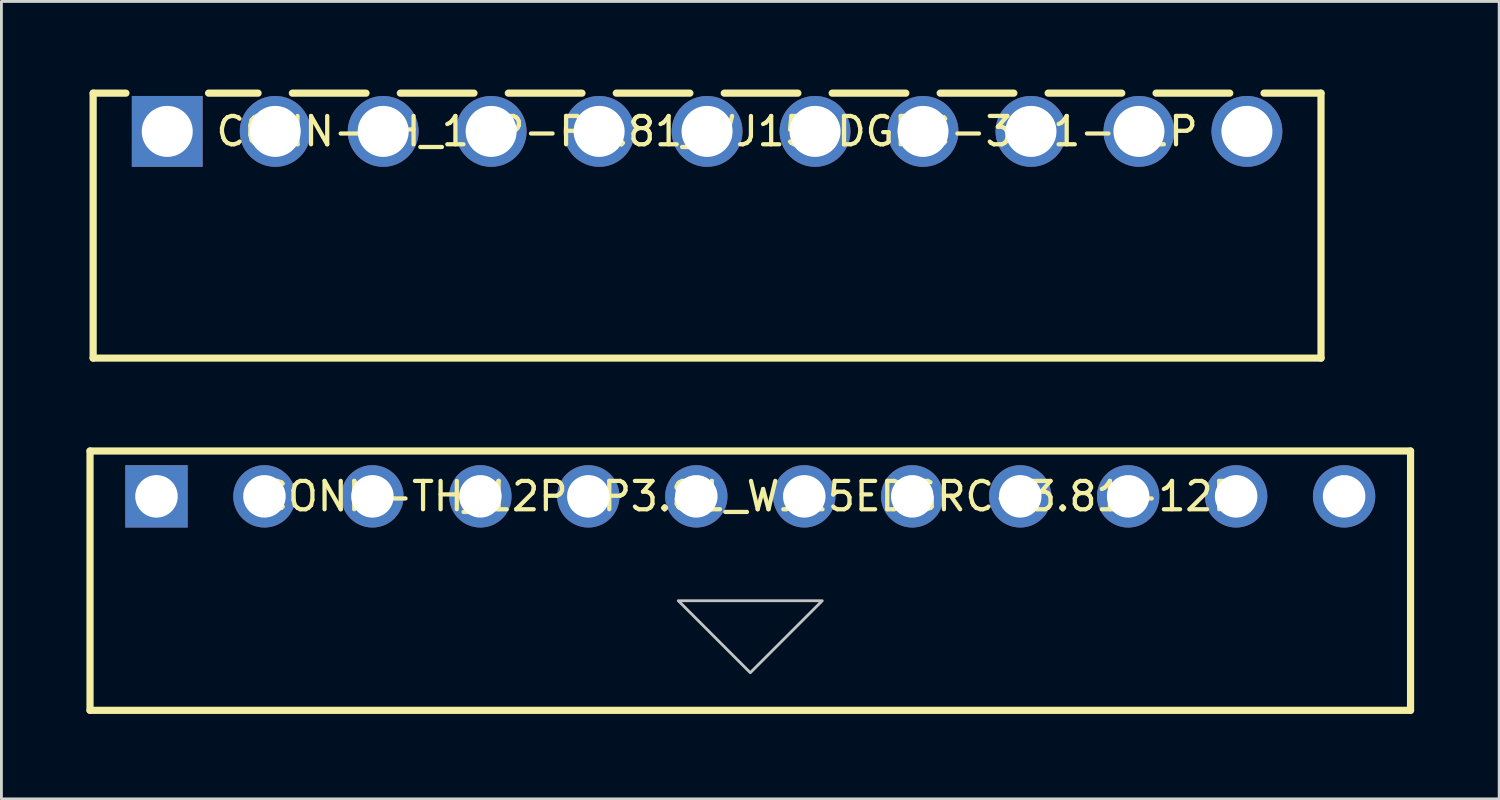
<source format=kicad_pcb>
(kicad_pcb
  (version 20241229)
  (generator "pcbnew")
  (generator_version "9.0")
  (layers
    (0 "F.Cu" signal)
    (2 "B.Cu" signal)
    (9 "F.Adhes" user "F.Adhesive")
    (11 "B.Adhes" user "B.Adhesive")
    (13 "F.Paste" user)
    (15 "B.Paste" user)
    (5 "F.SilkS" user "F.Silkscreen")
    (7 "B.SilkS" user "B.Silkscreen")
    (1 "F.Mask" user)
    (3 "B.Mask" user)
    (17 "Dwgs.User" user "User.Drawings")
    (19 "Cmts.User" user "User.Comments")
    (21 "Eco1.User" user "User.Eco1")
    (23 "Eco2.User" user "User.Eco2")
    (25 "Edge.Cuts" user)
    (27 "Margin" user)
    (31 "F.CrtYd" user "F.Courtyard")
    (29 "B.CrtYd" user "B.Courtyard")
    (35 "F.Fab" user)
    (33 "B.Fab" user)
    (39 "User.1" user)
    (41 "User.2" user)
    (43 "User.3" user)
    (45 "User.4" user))
  (footprint "CONN-TH_11P-P3.81_WJ15EDGRC-3.81-11P"
    (layer "F.Cu")
    (at 21.902 1.587)
    (property "Reference" "CONN-TH_11P-P3.81_WJ15EDGRC-3.81-11P" (at 0 0 0) (unlocked yes) (layer "F.SilkS") (effects (font (size 1 1) (thickness 0.15))))
    (fp_line (start -21.665 -1.35) (end -21.665 8) (stroke (width 0.254) (type default)) (layer "F.SilkS"))
    (fp_line (start -21.665 -1.35) (end -20.508 -1.35) (stroke (width 0.254) (type default)) (layer "F.SilkS"))
    (fp_line (start -21.665 8) (end 21.665 8) (stroke (width 0.254) (type default)) (layer "F.SilkS"))
    (fp_line (start -17.592 -1.35) (end -15.845 -1.35) (stroke (width 0.254) (type default)) (layer "F.SilkS"))
    (fp_line (start -14.634 -1.35) (end -12.036 -1.35) (stroke (width 0.254) (type default)) (layer "F.SilkS"))
    (fp_line (start -10.825 -1.35) (end -8.226 -1.35) (stroke (width 0.254) (type default)) (layer "F.SilkS"))
    (fp_line (start -7.014 -1.35) (end -4.415 -1.35) (stroke (width 0.254) (type default)) (layer "F.SilkS"))
    (fp_line (start -3.204 -1.35) (end -0.606 -1.35) (stroke (width 0.254) (type default)) (layer "F.SilkS"))
    (fp_line (start 0.606 -1.35) (end 3.204 -1.35) (stroke (width 0.254) (type default)) (layer "F.SilkS"))
    (fp_line (start 4.415 -1.35) (end 7.014 -1.35) (stroke (width 0.254) (type default)) (layer "F.SilkS"))
    (fp_line (start 8.226 -1.35) (end 10.825 -1.35) (stroke (width 0.254) (type default)) (layer "F.SilkS"))
    (fp_line (start 12.036 -1.35) (end 14.634 -1.35) (stroke (width 0.254) (type default)) (layer "F.SilkS"))
    (fp_line (start 15.845 -1.35) (end 18.445 -1.35) (stroke (width 0.254) (type default)) (layer "F.SilkS"))
    (fp_line (start 19.655 -1.35) (end 21.665 -1.35) (stroke (width 0.254) (type default)) (layer "F.SilkS"))
    (fp_line (start 21.665 8) (end 21.665 -1.35) (stroke (width 0.254) (type default)) (layer "F.SilkS"))
    (fp_poly (pts (xy -18.25 0) (xy -18.27 -0.178) (xy -18.329 -0.347) (xy -18.425 -0.499) (xy -18.551 -0.625) (xy -18.703 -0.721) (xy -18.872 -0.78) (xy -19.05 -0.8) (xy -19.228 -0.78) (xy -19.397 -0.721) (xy -19.549 -0.625) (xy -19.675 -0.499) (xy -19.771 -0.347) (xy -19.83 -0.178) (xy -19.85 0) (xy -19.83 0.178) (xy -19.771 0.347) (xy -19.675 0.499) (xy -19.549 0.625) (xy -19.397 0.721) (xy -19.228 0.78) (xy -19.05 0.8) (xy -18.872 0.78) (xy -18.703 0.721) (xy -18.551 0.625) (xy -18.425 0.499) (xy -18.329 0.347) (xy -18.27 0.178)) (stroke (width 0.1) (type default)) (fill no) (layer "User.1"))
    (fp_poly (pts (xy -14.44 0) (xy -14.46 -0.178) (xy -14.519 -0.347) (xy -14.615 -0.499) (xy -14.741 -0.625) (xy -14.893 -0.721) (xy -15.062 -0.78) (xy -15.24 -0.8) (xy -15.418 -0.78) (xy -15.587 -0.721) (xy -15.739 -0.625) (xy -15.865 -0.499) (xy -15.961 -0.347) (xy -16.02 -0.178) (xy -16.04 0) (xy -16.02 0.178) (xy -15.961 0.347) (xy -15.865 0.499) (xy -15.739 0.625) (xy -15.587 0.721) (xy -15.418 0.78) (xy -15.24 0.8) (xy -15.062 0.78) (xy -14.893 0.721) (xy -14.741 0.625) (xy -14.615 0.499) (xy -14.519 0.347) (xy -14.46 0.178)) (stroke (width 0.1) (type default)) (fill no) (layer "User.1"))
    (fp_poly (pts (xy -10.63 0) (xy -10.65 -0.178) (xy -10.709 -0.347) (xy -10.805 -0.499) (xy -10.931 -0.625) (xy -11.083 -0.721) (xy -11.252 -0.78) (xy -11.43 -0.8) (xy -11.608 -0.78) (xy -11.777 -0.721) (xy -11.929 -0.625) (xy -12.055 -0.499) (xy -12.151 -0.347) (xy -12.21 -0.178) (xy -12.23 0) (xy -12.21 0.178) (xy -12.151 0.347) (xy -12.055 0.499) (xy -11.929 0.625) (xy -11.777 0.721) (xy -11.608 0.78) (xy -11.43 0.8) (xy -11.252 0.78) (xy -11.083 0.721) (xy -10.931 0.625) (xy -10.805 0.499) (xy -10.709 0.347) (xy -10.65 0.178)) (stroke (width 0.1) (type default)) (fill no) (layer "User.1"))
    (fp_poly (pts (xy -6.82 0) (xy -6.84 -0.178) (xy -6.899 -0.347) (xy -6.995 -0.499) (xy -7.121 -0.625) (xy -7.273 -0.721) (xy -7.442 -0.78) (xy -7.62 -0.8) (xy -7.798 -0.78) (xy -7.967 -0.721) (xy -8.119 -0.625) (xy -8.245 -0.499) (xy -8.341 -0.347) (xy -8.4 -0.178) (xy -8.42 0) (xy -8.4 0.178) (xy -8.341 0.347) (xy -8.245 0.499) (xy -8.119 0.625) (xy -7.967 0.721) (xy -7.798 0.78) (xy -7.62 0.8) (xy -7.442 0.78) (xy -7.273 0.721) (xy -7.121 0.625) (xy -6.995 0.499) (xy -6.899 0.347) (xy -6.84 0.178)) (stroke (width 0.1) (type default)) (fill no) (layer "User.1"))
    (fp_poly (pts (xy -3.01 0) (xy -3.03 -0.178) (xy -3.089 -0.347) (xy -3.185 -0.499) (xy -3.311 -0.625) (xy -3.463 -0.721) (xy -3.632 -0.78) (xy -3.81 -0.8) (xy -3.988 -0.78) (xy -4.157 -0.721) (xy -4.309 -0.625) (xy -4.435 -0.499) (xy -4.531 -0.347) (xy -4.59 -0.178) (xy -4.61 0) (xy -4.59 0.178) (xy -4.531 0.347) (xy -4.435 0.499) (xy -4.309 0.625) (xy -4.157 0.721) (xy -3.988 0.78) (xy -3.81 0.8) (xy -3.632 0.78) (xy -3.463 0.721) (xy -3.311 0.625) (xy -3.185 0.499) (xy -3.089 0.347) (xy -3.03 0.178)) (stroke (width 0.1) (type default)) (fill no) (layer "User.1"))
    (fp_poly (pts (xy 0.8 0) (xy 0.78 -0.178) (xy 0.721 -0.347) (xy 0.625 -0.499) (xy 0.499 -0.625) (xy 0.347 -0.721) (xy 0.178 -0.78) (xy 0 -0.8) (xy -0.178 -0.78) (xy -0.347 -0.721) (xy -0.499 -0.625) (xy -0.625 -0.499) (xy -0.721 -0.347) (xy -0.78 -0.178) (xy -0.8 0) (xy -0.78 0.178) (xy -0.721 0.347) (xy -0.625 0.499) (xy -0.499 0.625) (xy -0.347 0.721) (xy -0.178 0.78) (xy 0 0.8) (xy 0.178 0.78) (xy 0.347 0.721) (xy 0.499 0.625) (xy 0.625 0.499) (xy 0.721 0.347) (xy 0.78 0.178)) (stroke (width 0.1) (type default)) (fill no) (layer "User.1"))
    (fp_poly (pts (xy 4.61 0) (xy 4.59 -0.178) (xy 4.531 -0.347) (xy 4.435 -0.499) (xy 4.309 -0.625) (xy 4.157 -0.721) (xy 3.988 -0.78) (xy 3.81 -0.8) (xy 3.632 -0.78) (xy 3.463 -0.721) (xy 3.311 -0.625) (xy 3.185 -0.499) (xy 3.089 -0.347) (xy 3.03 -0.178) (xy 3.01 0) (xy 3.03 0.178) (xy 3.089 0.347) (xy 3.185 0.499) (xy 3.311 0.625) (xy 3.463 0.721) (xy 3.632 0.78) (xy 3.81 0.8) (xy 3.988 0.78) (xy 4.157 0.721) (xy 4.309 0.625) (xy 4.435 0.499) (xy 4.531 0.347) (xy 4.59 0.178)) (stroke (width 0.1) (type default)) (fill no) (layer "User.1"))
    (fp_poly (pts (xy 8.42 0) (xy 8.4 -0.178) (xy 8.341 -0.347) (xy 8.245 -0.499) (xy 8.119 -0.625) (xy 7.967 -0.721) (xy 7.798 -0.78) (xy 7.62 -0.8) (xy 7.442 -0.78) (xy 7.273 -0.721) (xy 7.121 -0.625) (xy 6.995 -0.499) (xy 6.899 -0.347) (xy 6.84 -0.178) (xy 6.82 0) (xy 6.84 0.178) (xy 6.899 0.347) (xy 6.995 0.499) (xy 7.121 0.625) (xy 7.273 0.721) (xy 7.442 0.78) (xy 7.62 0.8) (xy 7.798 0.78) (xy 7.967 0.721) (xy 8.119 0.625) (xy 8.245 0.499) (xy 8.341 0.347) (xy 8.4 0.178)) (stroke (width 0.1) (type default)) (fill no) (layer "User.1"))
    (fp_poly (pts (xy 12.23 0) (xy 12.21 -0.178) (xy 12.151 -0.347) (xy 12.055 -0.499) (xy 11.929 -0.625) (xy 11.777 -0.721) (xy 11.608 -0.78) (xy 11.43 -0.8) (xy 11.252 -0.78) (xy 11.083 -0.721) (xy 10.931 -0.625) (xy 10.805 -0.499) (xy 10.709 -0.347) (xy 10.65 -0.178) (xy 10.63 0) (xy 10.65 0.178) (xy 10.709 0.347) (xy 10.805 0.499) (xy 10.931 0.625) (xy 11.083 0.721) (xy 11.252 0.78) (xy 11.43 0.8) (xy 11.608 0.78) (xy 11.777 0.721) (xy 11.929 0.625) (xy 12.055 0.499) (xy 12.151 0.347) (xy 12.21 0.178)) (stroke (width 0.1) (type default)) (fill no) (layer "User.1"))
    (fp_poly (pts (xy 16.04 0) (xy 16.02 -0.178) (xy 15.961 -0.347) (xy 15.865 -0.499) (xy 15.739 -0.625) (xy 15.587 -0.721) (xy 15.418 -0.78) (xy 15.24 -0.8) (xy 15.062 -0.78) (xy 14.893 -0.721) (xy 14.741 -0.625) (xy 14.615 -0.499) (xy 14.519 -0.347) (xy 14.46 -0.178) (xy 14.44 0) (xy 14.46 0.178) (xy 14.519 0.347) (xy 14.615 0.499) (xy 14.741 0.625) (xy 14.893 0.721) (xy 15.062 0.78) (xy 15.24 0.8) (xy 15.418 0.78) (xy 15.587 0.721) (xy 15.739 0.625) (xy 15.865 0.499) (xy 15.961 0.347) (xy 16.02 0.178)) (stroke (width 0.1) (type default)) (fill no) (layer "User.1"))
    (fp_poly (pts (xy 19.85 0) (xy 19.83 -0.178) (xy 19.771 -0.347) (xy 19.675 -0.499) (xy 19.549 -0.625) (xy 19.397 -0.721) (xy 19.228 -0.78) (xy 19.05 -0.8) (xy 18.872 -0.78) (xy 18.703 -0.721) (xy 18.551 -0.625) (xy 18.425 -0.499) (xy 18.329 -0.347) (xy 18.27 -0.178) (xy 18.25 0) (xy 18.27 0.178) (xy 18.329 0.347) (xy 18.425 0.499) (xy 18.551 0.625) (xy 18.703 0.721) (xy 18.872 0.78) (xy 19.05 0.8) (xy 19.228 0.78) (xy 19.397 0.721) (xy 19.549 0.625) (xy 19.675 0.499) (xy 19.771 0.347) (xy 19.83 0.178)) (stroke (width 0.1) (type default)) (fill no) (layer "User.1"))
    (fp_line (start -21.792 -1.477) (end 21.792 -1.477) (stroke (width 0.051) (type default)) (layer "User.2"))
    (fp_line (start -21.792 8.127) (end -21.792 -1.477) (stroke (width 0.051) (type default)) (layer "User.2"))
    (fp_line (start 21.792 -1.477) (end 21.792 8.127) (stroke (width 0.051) (type default)) (layer "User.2"))
    (fp_line (start 21.792 8.127) (end -21.792 8.127) (stroke (width 0.051) (type default)) (layer "User.2"))
    (fp_poly (pts (xy -21.732 -1.477) (xy -21.75 -1.519) (xy -21.792 -1.537) (xy -21.834 -1.519) (xy -21.852 -1.477) (xy -21.834 -1.435) (xy -21.792 -1.417) (xy -21.75 -1.435)) (stroke (width 0.1) (type default)) (fill no) (layer "User.3"))
    (pad "1" thru_hole rect (at -19.05 0) (size 2.5 2.5) (drill 1.8) (layers "*.Cu" "*.Mask"))
    (pad "2" thru_hole circle (at -15.24 0) (size 2.5 2.5) (drill 1.8) (layers "*.Cu" "*.Mask"))
    (pad "3" thru_hole circle (at -11.43 0) (size 2.5 2.5) (drill 1.8) (layers "*.Cu" "*.Mask"))
    (pad "4" thru_hole circle (at -7.62 0) (size 2.5 2.5) (drill 1.8) (layers "*.Cu" "*.Mask"))
    (pad "5" thru_hole circle (at -3.81 0) (size 2.5 2.5) (drill 1.8) (layers "*.Cu" "*.Mask"))
    (pad "6" thru_hole circle (at 0 0) (size 2.5 2.5) (drill 1.8) (layers "*.Cu" "*.Mask"))
    (pad "7" thru_hole circle (at 3.81 0) (size 2.5 2.5) (drill 1.8) (layers "*.Cu" "*.Mask"))
    (pad "8" thru_hole circle (at 7.62 0) (size 2.5 2.5) (drill 1.8) (layers "*.Cu" "*.Mask"))
    (pad "9" thru_hole circle (at 11.43 0) (size 2.5 2.5) (drill 1.8) (layers "*.Cu" "*.Mask"))
    (pad "10" thru_hole circle (at 15.24 0) (size 2.5 2.5) (drill 1.8) (layers "*.Cu" "*.Mask"))
    (pad "11" thru_hole circle (at 19.05 0) (size 2.5 2.5) (drill 1.8) (layers "*.Cu" "*.Mask")))
  (footprint "CONN-TH_12P-P3.81_WJ15EDGRC-3.81-12P"
    (layer "F.Cu")
    (at 23.427 14.466)
    (property "Reference" "CONN-TH_12P-P3.81_WJ15EDGRC-3.81-12P" (at 0 0 0) (unlocked yes) (layer "F.SilkS") (effects (font (size 1 1) (thickness 0.15))))
    (fp_line (start -23.3 -1.6) (end -23.3 7.55) (stroke (width 0.254) (type default)) (layer "F.SilkS"))
    (fp_line (start -23.3 7.55) (end 23.3 7.55) (stroke (width 0.254) (type default)) (layer "F.SilkS"))
    (fp_line (start 23.3 -1.6) (end -23.3 -1.6) (stroke (width 0.254) (type default)) (layer "F.SilkS"))
    (fp_line (start 23.3 7.55) (end 23.3 -1.6) (stroke (width 0.254) (type default)) (layer "F.SilkS"))
    (fp_poly (pts (xy -2.54 3.683) (xy 2.54 3.683) (xy 0 6.223)) (stroke (width 0.1) (type default)) (fill no) (layer "Dwgs.User"))
    (fp_poly (pts (xy -20.305 0) (xy -20.324 -0.156) (xy -20.379 -0.302) (xy -20.468 -0.431) (xy -20.586 -0.535) (xy -20.725 -0.608) (xy -20.877 -0.645) (xy -21.033 -0.645) (xy -21.185 -0.608) (xy -21.324 -0.535) (xy -21.442 -0.431) (xy -21.531 -0.302) (xy -21.586 -0.156) (xy -21.605 0) (xy -21.586 0.156) (xy -21.531 0.302) (xy -21.442 0.431) (xy -21.324 0.535) (xy -21.185 0.608) (xy -21.033 0.645) (xy -20.877 0.645) (xy -20.725 0.608) (xy -20.586 0.535) (xy -20.468 0.431) (xy -20.379 0.302) (xy -20.324 0.156)) (stroke (width 0.1) (type default)) (fill no) (layer "User.1"))
    (fp_poly (pts (xy -16.495 0) (xy -16.514 -0.156) (xy -16.569 -0.302) (xy -16.658 -0.431) (xy -16.776 -0.535) (xy -16.915 -0.608) (xy -17.067 -0.645) (xy -17.223 -0.645) (xy -17.375 -0.608) (xy -17.514 -0.535) (xy -17.632 -0.431) (xy -17.721 -0.302) (xy -17.776 -0.156) (xy -17.795 0) (xy -17.776 0.156) (xy -17.721 0.302) (xy -17.632 0.431) (xy -17.514 0.535) (xy -17.375 0.608) (xy -17.223 0.645) (xy -17.067 0.645) (xy -16.915 0.608) (xy -16.776 0.535) (xy -16.658 0.431) (xy -16.569 0.302) (xy -16.514 0.156)) (stroke (width 0.1) (type default)) (fill no) (layer "User.1"))
    (fp_poly (pts (xy -12.685 0) (xy -12.704 -0.156) (xy -12.759 -0.302) (xy -12.848 -0.431) (xy -12.966 -0.535) (xy -13.105 -0.608) (xy -13.257 -0.645) (xy -13.413 -0.645) (xy -13.565 -0.608) (xy -13.704 -0.535) (xy -13.822 -0.431) (xy -13.911 -0.302) (xy -13.966 -0.156) (xy -13.985 0) (xy -13.966 0.156) (xy -13.911 0.302) (xy -13.822 0.431) (xy -13.704 0.535) (xy -13.565 0.608) (xy -13.413 0.645) (xy -13.257 0.645) (xy -13.105 0.608) (xy -12.966 0.535) (xy -12.848 0.431) (xy -12.759 0.302) (xy -12.704 0.156)) (stroke (width 0.1) (type default)) (fill no) (layer "User.1"))
    (fp_poly (pts (xy -8.875 0) (xy -8.894 -0.156) (xy -8.949 -0.302) (xy -9.038 -0.431) (xy -9.156 -0.535) (xy -9.295 -0.608) (xy -9.447 -0.645) (xy -9.603 -0.645) (xy -9.755 -0.608) (xy -9.894 -0.535) (xy -10.012 -0.431) (xy -10.101 -0.302) (xy -10.156 -0.156) (xy -10.175 0) (xy -10.156 0.156) (xy -10.101 0.302) (xy -10.012 0.431) (xy -9.894 0.535) (xy -9.755 0.608) (xy -9.603 0.645) (xy -9.447 0.645) (xy -9.295 0.608) (xy -9.156 0.535) (xy -9.038 0.431) (xy -8.949 0.302) (xy -8.894 0.156)) (stroke (width 0.1) (type default)) (fill no) (layer "User.1"))
    (fp_poly (pts (xy -5.065 0) (xy -5.084 -0.156) (xy -5.139 -0.302) (xy -5.228 -0.431) (xy -5.346 -0.535) (xy -5.485 -0.608) (xy -5.637 -0.645) (xy -5.793 -0.645) (xy -5.945 -0.608) (xy -6.084 -0.535) (xy -6.202 -0.431) (xy -6.291 -0.302) (xy -6.346 -0.156) (xy -6.365 0) (xy -6.346 0.156) (xy -6.291 0.302) (xy -6.202 0.431) (xy -6.084 0.535) (xy -5.945 0.608) (xy -5.793 0.645) (xy -5.637 0.645) (xy -5.485 0.608) (xy -5.346 0.535) (xy -5.228 0.431) (xy -5.139 0.302) (xy -5.084 0.156)) (stroke (width 0.1) (type default)) (fill no) (layer "User.1"))
    (fp_poly (pts (xy -1.255 0) (xy -1.274 -0.156) (xy -1.329 -0.302) (xy -1.418 -0.431) (xy -1.536 -0.535) (xy -1.675 -0.608) (xy -1.827 -0.645) (xy -1.983 -0.645) (xy -2.135 -0.608) (xy -2.274 -0.535) (xy -2.392 -0.431) (xy -2.481 -0.302) (xy -2.536 -0.156) (xy -2.555 0) (xy -2.536 0.156) (xy -2.481 0.302) (xy -2.392 0.431) (xy -2.274 0.535) (xy -2.135 0.608) (xy -1.983 0.645) (xy -1.827 0.645) (xy -1.675 0.608) (xy -1.536 0.535) (xy -1.418 0.431) (xy -1.329 0.302) (xy -1.274 0.156)) (stroke (width 0.1) (type default)) (fill no) (layer "User.1"))
    (fp_poly (pts (xy 2.555 0) (xy 2.536 -0.156) (xy 2.481 -0.302) (xy 2.392 -0.431) (xy 2.274 -0.535) (xy 2.135 -0.608) (xy 1.983 -0.645) (xy 1.827 -0.645) (xy 1.675 -0.608) (xy 1.536 -0.535) (xy 1.418 -0.431) (xy 1.329 -0.302) (xy 1.274 -0.156) (xy 1.255 0) (xy 1.274 0.156) (xy 1.329 0.302) (xy 1.418 0.431) (xy 1.536 0.535) (xy 1.675 0.608) (xy 1.827 0.645) (xy 1.983 0.645) (xy 2.135 0.608) (xy 2.274 0.535) (xy 2.392 0.431) (xy 2.481 0.302) (xy 2.536 0.156)) (stroke (width 0.1) (type default)) (fill no) (layer "User.1"))
    (fp_poly (pts (xy 6.365 0) (xy 6.346 -0.156) (xy 6.291 -0.302) (xy 6.202 -0.431) (xy 6.084 -0.535) (xy 5.945 -0.608) (xy 5.793 -0.645) (xy 5.637 -0.645) (xy 5.485 -0.608) (xy 5.346 -0.535) (xy 5.228 -0.431) (xy 5.139 -0.302) (xy 5.084 -0.156) (xy 5.065 0) (xy 5.084 0.156) (xy 5.139 0.302) (xy 5.228 0.431) (xy 5.346 0.535) (xy 5.485 0.608) (xy 5.637 0.645) (xy 5.793 0.645) (xy 5.945 0.608) (xy 6.084 0.535) (xy 6.202 0.431) (xy 6.291 0.302) (xy 6.346 0.156)) (stroke (width 0.1) (type default)) (fill no) (layer "User.1"))
    (fp_poly (pts (xy 10.175 0) (xy 10.156 -0.156) (xy 10.101 -0.302) (xy 10.012 -0.431) (xy 9.894 -0.535) (xy 9.755 -0.608) (xy 9.603 -0.645) (xy 9.447 -0.645) (xy 9.295 -0.608) (xy 9.156 -0.535) (xy 9.038 -0.431) (xy 8.949 -0.302) (xy 8.894 -0.156) (xy 8.875 0) (xy 8.894 0.156) (xy 8.949 0.302) (xy 9.038 0.431) (xy 9.156 0.535) (xy 9.295 0.608) (xy 9.447 0.645) (xy 9.603 0.645) (xy 9.755 0.608) (xy 9.894 0.535) (xy 10.012 0.431) (xy 10.101 0.302) (xy 10.156 0.156)) (stroke (width 0.1) (type default)) (fill no) (layer "User.1"))
    (fp_poly (pts (xy 13.985 0) (xy 13.966 -0.156) (xy 13.911 -0.302) (xy 13.822 -0.431) (xy 13.704 -0.535) (xy 13.565 -0.608) (xy 13.413 -0.645) (xy 13.257 -0.645) (xy 13.105 -0.608) (xy 12.966 -0.535) (xy 12.848 -0.431) (xy 12.759 -0.302) (xy 12.704 -0.156) (xy 12.685 0) (xy 12.704 0.156) (xy 12.759 0.302) (xy 12.848 0.431) (xy 12.966 0.535) (xy 13.105 0.608) (xy 13.257 0.645) (xy 13.413 0.645) (xy 13.565 0.608) (xy 13.704 0.535) (xy 13.822 0.431) (xy 13.911 0.302) (xy 13.966 0.156)) (stroke (width 0.1) (type default)) (fill no) (layer "User.1"))
    (fp_poly (pts (xy 17.795 0) (xy 17.776 -0.156) (xy 17.721 -0.302) (xy 17.632 -0.431) (xy 17.514 -0.535) (xy 17.375 -0.608) (xy 17.223 -0.645) (xy 17.067 -0.645) (xy 16.915 -0.608) (xy 16.776 -0.535) (xy 16.658 -0.431) (xy 16.569 -0.302) (xy 16.514 -0.156) (xy 16.495 0) (xy 16.514 0.156) (xy 16.569 0.302) (xy 16.658 0.431) (xy 16.776 0.535) (xy 16.915 0.608) (xy 17.067 0.645) (xy 17.223 0.645) (xy 17.375 0.608) (xy 17.514 0.535) (xy 17.632 0.431) (xy 17.721 0.302) (xy 17.776 0.156)) (stroke (width 0.1) (type default)) (fill no) (layer "User.1"))
    (fp_poly (pts (xy 21.605 0) (xy 21.586 -0.156) (xy 21.531 -0.302) (xy 21.442 -0.431) (xy 21.324 -0.535) (xy 21.185 -0.608) (xy 21.033 -0.645) (xy 20.877 -0.645) (xy 20.725 -0.608) (xy 20.586 -0.535) (xy 20.468 -0.431) (xy 20.379 -0.302) (xy 20.324 -0.156) (xy 20.305 0) (xy 20.324 0.156) (xy 20.379 0.302) (xy 20.468 0.431) (xy 20.586 0.535) (xy 20.725 0.608) (xy 20.877 0.645) (xy 21.033 0.645) (xy 21.185 0.608) (xy 21.324 0.535) (xy 21.442 0.431) (xy 21.531 0.302) (xy 21.586 0.156)) (stroke (width 0.1) (type default)) (fill no) (layer "User.1"))
    (fp_line (start -23.3 -1.601) (end 23.3 -1.601) (stroke (width 0.051) (type default)) (layer "User.2"))
    (fp_line (start -23.3 7.549) (end -23.3 -1.601) (stroke (width 0.051) (type default)) (layer "User.2"))
    (fp_line (start 23.3 -1.601) (end 23.3 7.549) (stroke (width 0.051) (type default)) (layer "User.2"))
    (fp_line (start 23.3 7.549) (end -23.3 7.549) (stroke (width 0.051) (type default)) (layer "User.2"))
    (fp_poly (pts (xy -23.24 7.549) (xy -23.258 7.507) (xy -23.3 7.489) (xy -23.342 7.507) (xy -23.36 7.549) (xy -23.342 7.591) (xy -23.3 7.609) (xy -23.258 7.591)) (stroke (width 0.1) (type default)) (fill no) (layer "User.3"))
    (pad "1" thru_hole rect (at -20.955 0) (size 2.2 2.2) (drill 1.5) (layers "*.Cu" "*.Mask"))
    (pad "2" thru_hole circle (at -17.145 0) (size 2.2 2.2) (drill 1.5) (layers "*.Cu" "*.Mask"))
    (pad "3" thru_hole circle (at -13.335 0) (size 2.2 2.2) (drill 1.5) (layers "*.Cu" "*.Mask"))
    (pad "4" thru_hole circle (at -9.525 0) (size 2.2 2.2) (drill 1.5) (layers "*.Cu" "*.Mask"))
    (pad "5" thru_hole circle (at -5.715 0) (size 2.2 2.2) (drill 1.5) (layers "*.Cu" "*.Mask"))
    (pad "6" thru_hole circle (at -1.905 0) (size 2.2 2.2) (drill 1.5) (layers "*.Cu" "*.Mask"))
    (pad "7" thru_hole circle (at 1.905 0) (size 2.2 2.2) (drill 1.5) (layers "*.Cu" "*.Mask"))
    (pad "8" thru_hole circle (at 5.715 0) (size 2.2 2.2) (drill 1.5) (layers "*.Cu" "*.Mask"))
    (pad "9" thru_hole circle (at 9.525 0) (size 2.2 2.2) (drill 1.5) (layers "*.Cu" "*.Mask"))
    (pad "10" thru_hole circle (at 13.335 0) (size 2.2 2.2) (drill 1.5) (layers "*.Cu" "*.Mask"))
    (pad "11" thru_hole circle (at 17.145 0) (size 2.2 2.2) (drill 1.5) (layers "*.Cu" "*.Mask"))
    (pad "12" thru_hole circle (at 20.955 0) (size 2.2 2.2) (drill 1.5) (layers "*.Cu" "*.Mask")))
  (gr_rect
    (start -3 -3)
    (end 49.854 25.143)
    (stroke (width 0.1) (type default))
    (fill no)
    (layer "Edge.Cuts")))
</source>
